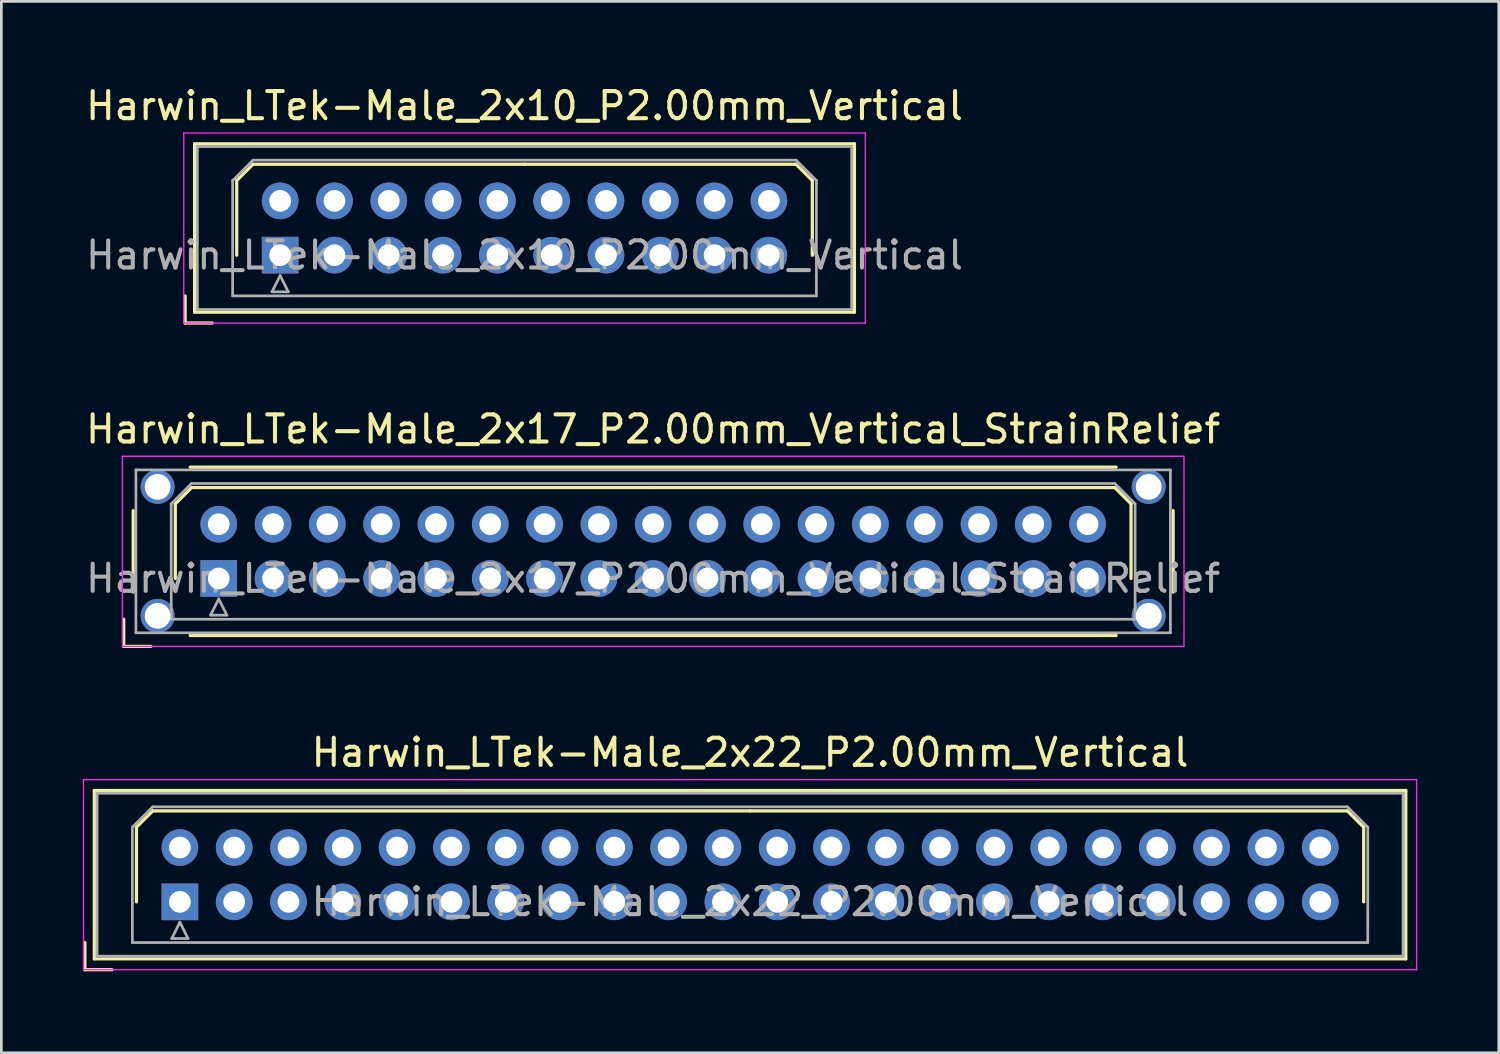
<source format=kicad_pcb>
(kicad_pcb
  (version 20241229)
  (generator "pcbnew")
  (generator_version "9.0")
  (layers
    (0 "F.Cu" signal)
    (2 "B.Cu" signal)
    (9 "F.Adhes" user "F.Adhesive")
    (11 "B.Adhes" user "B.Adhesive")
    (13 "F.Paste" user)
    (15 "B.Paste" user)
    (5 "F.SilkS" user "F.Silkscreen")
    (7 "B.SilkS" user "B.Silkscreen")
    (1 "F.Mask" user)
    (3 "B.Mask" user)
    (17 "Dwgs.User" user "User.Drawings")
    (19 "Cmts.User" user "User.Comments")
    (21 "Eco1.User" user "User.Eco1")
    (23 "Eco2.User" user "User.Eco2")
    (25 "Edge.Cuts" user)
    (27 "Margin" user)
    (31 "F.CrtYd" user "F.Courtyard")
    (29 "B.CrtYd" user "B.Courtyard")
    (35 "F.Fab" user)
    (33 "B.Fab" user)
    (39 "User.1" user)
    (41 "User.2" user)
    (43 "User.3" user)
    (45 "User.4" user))
  (footprint "Harwin_LTek-Male_2x17_P2.00mm_Vertical_StrainRelief"
    (layer "F.Cu")
    (at 5.006 18.256)
    (property "Reference" "Harwin_LTek-Male_2x17_P2.00mm_Vertical_StrainRelief" (at 16 -5.5 0) (layer "F.SilkS") (effects (font (size 1 1) (thickness 0.15))))
    (attr through_hole)
    (fp_line (start -3.5 1.5) (end -3.5 2.5) (stroke (width 0.12) (type solid)) (layer "F.SilkS"))
    (fp_line (start -3.5 2.5) (end -2.5 2.5) (stroke (width 0.12) (type solid)) (layer "F.SilkS"))
    (fp_line (start -3.15 -2.5) (end -3.15 0.5) (stroke (width 0.12) (type solid)) (layer "F.SilkS"))
    (fp_line (start -1.6 -2.75) (end -1 -3.35) (stroke (width 0.12) (type solid)) (layer "F.SilkS"))
    (fp_line (start -1.6 0) (end -1.6 -2.75) (stroke (width 0.12) (type solid)) (layer "F.SilkS"))
    (fp_line (start -1.05 -4.1) (end 33.05 -4.1) (stroke (width 0.12) (type solid)) (layer "F.SilkS"))
    (fp_line (start -1.05 2.1) (end 33.05 2.1) (stroke (width 0.12) (type solid)) (layer "F.SilkS"))
    (fp_line (start -1 -3.35) (end 16 -3.35) (stroke (width 0.12) (type solid)) (layer "F.SilkS"))
    (fp_line (start 33 -3.35) (end 16 -3.35) (stroke (width 0.12) (type solid)) (layer "F.SilkS"))
    (fp_line (start 33.6 -2.75) (end 33 -3.35) (stroke (width 0.12) (type solid)) (layer "F.SilkS"))
    (fp_line (start 33.6 0) (end 33.6 -2.75) (stroke (width 0.12) (type solid)) (layer "F.SilkS"))
    (fp_line (start 35.15 -2.5) (end 35.15 0.5) (stroke (width 0.12) (type solid)) (layer "F.SilkS"))
    (fp_line (start -3.55 -4.5) (end -3.55 2.5) (stroke (width 0.05) (type solid)) (layer "F.CrtYd"))
    (fp_line (start -3.55 2.5) (end 35.55 2.5) (stroke (width 0.05) (type solid)) (layer "F.CrtYd"))
    (fp_line (start 35.55 -4.5) (end -3.55 -4.5) (stroke (width 0.05) (type solid)) (layer "F.CrtYd"))
    (fp_line (start 35.55 2.5) (end 35.55 -4.5) (stroke (width 0.05) (type solid)) (layer "F.CrtYd"))
    (fp_line (start -3.05 -4) (end -3.05 2) (stroke (width 0.1) (type solid)) (layer "F.Fab"))
    (fp_line (start -3.05 2) (end 35.05 2) (stroke (width 0.1) (type solid)) (layer "F.Fab"))
    (fp_line (start -1.75 -2.75) (end -1 -3.5) (stroke (width 0.1) (type solid)) (layer "F.Fab"))
    (fp_line (start -1.75 1.5) (end -1.75 -2.75) (stroke (width 0.1) (type solid)) (layer "F.Fab"))
    (fp_line (start -1 -3.5) (end 33 -3.5) (stroke (width 0.1) (type solid)) (layer "F.Fab"))
    (fp_line (start -0.3 1.35) (end 0.3 1.35) (stroke (width 0.1) (type solid)) (layer "F.Fab"))
    (fp_line (start 0 0.75) (end -0.3 1.35) (stroke (width 0.1) (type solid)) (layer "F.Fab"))
    (fp_line (start 0.3 1.35) (end 0 0.75) (stroke (width 0.1) (type solid)) (layer "F.Fab"))
    (fp_line (start 33 -3.5) (end 33.75 -2.75) (stroke (width 0.1) (type solid)) (layer "F.Fab"))
    (fp_line (start 33.75 -2.75) (end 33.75 1.5) (stroke (width 0.1) (type solid)) (layer "F.Fab"))
    (fp_line (start 33.75 1.5) (end -1.75 1.5) (stroke (width 0.1) (type solid)) (layer "F.Fab"))
    (fp_line (start 35.05 -4) (end -3.05 -4) (stroke (width 0.1) (type solid)) (layer "F.Fab"))
    (fp_line (start 35.05 2) (end 35.05 -4) (stroke (width 0.1) (type solid)) (layer "F.Fab"))
    (fp_text user "${REFERENCE}" (at 16 0 0) (layer "F.Fab") (effects (font (size 1 1) (thickness 0.15))))
    (pad "" thru_hole circle (at -2.25 -3.375) (size 1.25 1.25) (drill 0.95) (layers "*.Cu" "*.Mask"))
    (pad "" thru_hole circle (at -2.25 1.375) (size 1.25 1.25) (drill 0.95) (layers "*.Cu" "*.Mask"))
    (pad "" thru_hole circle (at 34.25 -3.375) (size 1.25 1.25) (drill 0.95) (layers "*.Cu" "*.Mask"))
    (pad "" thru_hole circle (at 34.25 1.375) (size 1.25 1.25) (drill 0.95) (layers "*.Cu" "*.Mask"))
    (pad "1" thru_hole rect (at 0 0) (size 1.35 1.35) (drill 0.8) (layers "*.Cu" "*.Mask"))
    (pad "2" thru_hole circle (at 0 -2) (size 1.35 1.35) (drill 0.8) (layers "*.Cu" "*.Mask"))
    (pad "3" thru_hole circle (at 2 0) (size 1.35 1.35) (drill 0.8) (layers "*.Cu" "*.Mask"))
    (pad "4" thru_hole circle (at 2 -2) (size 1.35 1.35) (drill 0.8) (layers "*.Cu" "*.Mask"))
    (pad "5" thru_hole circle (at 4 0) (size 1.35 1.35) (drill 0.8) (layers "*.Cu" "*.Mask"))
    (pad "6" thru_hole circle (at 4 -2) (size 1.35 1.35) (drill 0.8) (layers "*.Cu" "*.Mask"))
    (pad "7" thru_hole circle (at 6 0) (size 1.35 1.35) (drill 0.8) (layers "*.Cu" "*.Mask"))
    (pad "8" thru_hole circle (at 6 -2) (size 1.35 1.35) (drill 0.8) (layers "*.Cu" "*.Mask"))
    (pad "9" thru_hole circle (at 8 0) (size 1.35 1.35) (drill 0.8) (layers "*.Cu" "*.Mask"))
    (pad "10" thru_hole circle (at 8 -2) (size 1.35 1.35) (drill 0.8) (layers "*.Cu" "*.Mask"))
    (pad "11" thru_hole circle (at 10 0) (size 1.35 1.35) (drill 0.8) (layers "*.Cu" "*.Mask"))
    (pad "12" thru_hole circle (at 10 -2) (size 1.35 1.35) (drill 0.8) (layers "*.Cu" "*.Mask"))
    (pad "13" thru_hole circle (at 12 0) (size 1.35 1.35) (drill 0.8) (layers "*.Cu" "*.Mask"))
    (pad "14" thru_hole circle (at 12 -2) (size 1.35 1.35) (drill 0.8) (layers "*.Cu" "*.Mask"))
    (pad "15" thru_hole circle (at 14 0) (size 1.35 1.35) (drill 0.8) (layers "*.Cu" "*.Mask"))
    (pad "16" thru_hole circle (at 14 -2) (size 1.35 1.35) (drill 0.8) (layers "*.Cu" "*.Mask"))
    (pad "17" thru_hole circle (at 16 0) (size 1.35 1.35) (drill 0.8) (layers "*.Cu" "*.Mask"))
    (pad "18" thru_hole circle (at 16 -2) (size 1.35 1.35) (drill 0.8) (layers "*.Cu" "*.Mask"))
    (pad "19" thru_hole circle (at 18 0) (size 1.35 1.35) (drill 0.8) (layers "*.Cu" "*.Mask"))
    (pad "20" thru_hole circle (at 18 -2) (size 1.35 1.35) (drill 0.8) (layers "*.Cu" "*.Mask"))
    (pad "21" thru_hole circle (at 20 0) (size 1.35 1.35) (drill 0.8) (layers "*.Cu" "*.Mask"))
    (pad "22" thru_hole circle (at 20 -2) (size 1.35 1.35) (drill 0.8) (layers "*.Cu" "*.Mask"))
    (pad "23" thru_hole circle (at 22 0) (size 1.35 1.35) (drill 0.8) (layers "*.Cu" "*.Mask"))
    (pad "24" thru_hole circle (at 22 -2) (size 1.35 1.35) (drill 0.8) (layers "*.Cu" "*.Mask"))
    (pad "25" thru_hole circle (at 24 0) (size 1.35 1.35) (drill 0.8) (layers "*.Cu" "*.Mask"))
    (pad "26" thru_hole circle (at 24 -2) (size 1.35 1.35) (drill 0.8) (layers "*.Cu" "*.Mask"))
    (pad "27" thru_hole circle (at 26 0) (size 1.35 1.35) (drill 0.8) (layers "*.Cu" "*.Mask"))
    (pad "28" thru_hole circle (at 26 -2) (size 1.35 1.35) (drill 0.8) (layers "*.Cu" "*.Mask"))
    (pad "29" thru_hole circle (at 28 0) (size 1.35 1.35) (drill 0.8) (layers "*.Cu" "*.Mask"))
    (pad "30" thru_hole circle (at 28 -2) (size 1.35 1.35) (drill 0.8) (layers "*.Cu" "*.Mask"))
    (pad "31" thru_hole circle (at 30 0) (size 1.35 1.35) (drill 0.8) (layers "*.Cu" "*.Mask"))
    (pad "32" thru_hole circle (at 30 -2) (size 1.35 1.35) (drill 0.8) (layers "*.Cu" "*.Mask"))
    (pad "33" thru_hole circle (at 32 0) (size 1.35 1.35) (drill 0.8) (layers "*.Cu" "*.Mask"))
    (pad "34" thru_hole circle (at 32 -2) (size 1.35 1.35) (drill 0.8) (layers "*.Cu" "*.Mask")))
  (footprint "Harwin_LTek-Male_2x10_P2.00mm_Vertical"
    (layer "F.Cu")
    (at 7.268 6.348)
    (property "Reference" "Harwin_LTek-Male_2x10_P2.00mm_Vertical" (at 9 -5.5 0) (layer "F.SilkS") (effects (font (size 1 1) (thickness 0.15))))
    (attr through_hole)
    (fp_line (start -3.5 1.5) (end -3.5 2.5) (stroke (width 0.12) (type solid)) (layer "F.SilkS"))
    (fp_line (start -3.5 2.5) (end -2.5 2.5) (stroke (width 0.12) (type solid)) (layer "F.SilkS"))
    (fp_line (start -3.15 -4.1) (end -3.15 2.1) (stroke (width 0.12) (type solid)) (layer "F.SilkS"))
    (fp_line (start -3.15 2.1) (end 21.15 2.1) (stroke (width 0.12) (type solid)) (layer "F.SilkS"))
    (fp_line (start -1.6 -2.75) (end -1 -3.35) (stroke (width 0.12) (type solid)) (layer "F.SilkS"))
    (fp_line (start -1.6 0) (end -1.6 -2.75) (stroke (width 0.12) (type solid)) (layer "F.SilkS"))
    (fp_line (start -1 -3.35) (end 9 -3.35) (stroke (width 0.12) (type solid)) (layer "F.SilkS"))
    (fp_line (start 19 -3.35) (end 9 -3.35) (stroke (width 0.12) (type solid)) (layer "F.SilkS"))
    (fp_line (start 19.6 -2.75) (end 19 -3.35) (stroke (width 0.12) (type solid)) (layer "F.SilkS"))
    (fp_line (start 19.6 0) (end 19.6 -2.75) (stroke (width 0.12) (type solid)) (layer "F.SilkS"))
    (fp_line (start 21.15 -4.1) (end -3.15 -4.1) (stroke (width 0.12) (type solid)) (layer "F.SilkS"))
    (fp_line (start 21.15 2.1) (end 21.15 -4.1) (stroke (width 0.12) (type solid)) (layer "F.SilkS"))
    (fp_line (start -3.55 -4.5) (end -3.55 2.5) (stroke (width 0.05) (type solid)) (layer "F.CrtYd"))
    (fp_line (start -3.55 2.5) (end 21.55 2.5) (stroke (width 0.05) (type solid)) (layer "F.CrtYd"))
    (fp_line (start 21.55 -4.5) (end -3.55 -4.5) (stroke (width 0.05) (type solid)) (layer "F.CrtYd"))
    (fp_line (start 21.55 2.5) (end 21.55 -4.5) (stroke (width 0.05) (type solid)) (layer "F.CrtYd"))
    (fp_line (start -3.05 -4) (end -3.05 2) (stroke (width 0.1) (type solid)) (layer "F.Fab"))
    (fp_line (start -3.05 2) (end 21.05 2) (stroke (width 0.1) (type solid)) (layer "F.Fab"))
    (fp_line (start -1.75 -2.75) (end -1 -3.5) (stroke (width 0.1) (type solid)) (layer "F.Fab"))
    (fp_line (start -1.75 1.5) (end -1.75 -2.75) (stroke (width 0.1) (type solid)) (layer "F.Fab"))
    (fp_line (start -1 -3.5) (end 19 -3.5) (stroke (width 0.1) (type solid)) (layer "F.Fab"))
    (fp_line (start -0.3 1.35) (end 0.3 1.35) (stroke (width 0.1) (type solid)) (layer "F.Fab"))
    (fp_line (start 0 0.75) (end -0.3 1.35) (stroke (width 0.1) (type solid)) (layer "F.Fab"))
    (fp_line (start 0.3 1.35) (end 0 0.75) (stroke (width 0.1) (type solid)) (layer "F.Fab"))
    (fp_line (start 19 -3.5) (end 19.75 -2.75) (stroke (width 0.1) (type solid)) (layer "F.Fab"))
    (fp_line (start 19.75 -2.75) (end 19.75 1.5) (stroke (width 0.1) (type solid)) (layer "F.Fab"))
    (fp_line (start 19.75 1.5) (end -1.75 1.5) (stroke (width 0.1) (type solid)) (layer "F.Fab"))
    (fp_line (start 21.05 -4) (end -3.05 -4) (stroke (width 0.1) (type solid)) (layer "F.Fab"))
    (fp_line (start 21.05 2) (end 21.05 -4) (stroke (width 0.1) (type solid)) (layer "F.Fab"))
    (fp_text user "${REFERENCE}" (at 9 0 0) (layer "F.Fab") (effects (font (size 1 1) (thickness 0.15))))
    (pad "1" thru_hole rect (at 0 0) (size 1.35 1.35) (drill 0.8) (layers "*.Cu" "*.Mask"))
    (pad "2" thru_hole circle (at 0 -2) (size 1.35 1.35) (drill 0.8) (layers "*.Cu" "*.Mask"))
    (pad "3" thru_hole circle (at 2 0) (size 1.35 1.35) (drill 0.8) (layers "*.Cu" "*.Mask"))
    (pad "4" thru_hole circle (at 2 -2) (size 1.35 1.35) (drill 0.8) (layers "*.Cu" "*.Mask"))
    (pad "5" thru_hole circle (at 4 0) (size 1.35 1.35) (drill 0.8) (layers "*.Cu" "*.Mask"))
    (pad "6" thru_hole circle (at 4 -2) (size 1.35 1.35) (drill 0.8) (layers "*.Cu" "*.Mask"))
    (pad "7" thru_hole circle (at 6 0) (size 1.35 1.35) (drill 0.8) (layers "*.Cu" "*.Mask"))
    (pad "8" thru_hole circle (at 6 -2) (size 1.35 1.35) (drill 0.8) (layers "*.Cu" "*.Mask"))
    (pad "9" thru_hole circle (at 8 0) (size 1.35 1.35) (drill 0.8) (layers "*.Cu" "*.Mask"))
    (pad "10" thru_hole circle (at 8 -2) (size 1.35 1.35) (drill 0.8) (layers "*.Cu" "*.Mask"))
    (pad "11" thru_hole circle (at 10 0) (size 1.35 1.35) (drill 0.8) (layers "*.Cu" "*.Mask"))
    (pad "12" thru_hole circle (at 10 -2) (size 1.35 1.35) (drill 0.8) (layers "*.Cu" "*.Mask"))
    (pad "13" thru_hole circle (at 12 0) (size 1.35 1.35) (drill 0.8) (layers "*.Cu" "*.Mask"))
    (pad "14" thru_hole circle (at 12 -2) (size 1.35 1.35) (drill 0.8) (layers "*.Cu" "*.Mask"))
    (pad "15" thru_hole circle (at 14 0) (size 1.35 1.35) (drill 0.8) (layers "*.Cu" "*.Mask"))
    (pad "16" thru_hole circle (at 14 -2) (size 1.35 1.35) (drill 0.8) (layers "*.Cu" "*.Mask"))
    (pad "17" thru_hole circle (at 16 0) (size 1.35 1.35) (drill 0.8) (layers "*.Cu" "*.Mask"))
    (pad "18" thru_hole circle (at 16 -2) (size 1.35 1.35) (drill 0.8) (layers "*.Cu" "*.Mask"))
    (pad "19" thru_hole circle (at 18 0) (size 1.35 1.35) (drill 0.8) (layers "*.Cu" "*.Mask"))
    (pad "20" thru_hole circle (at 18 -2) (size 1.35 1.35) (drill 0.8) (layers "*.Cu" "*.Mask")))
  (footprint "Harwin_LTek-Male_2x22_P2.00mm_Vertical"
    (layer "F.Cu")
    (at 3.575 30.165)
    (property "Reference" "Harwin_LTek-Male_2x22_P2.00mm_Vertical" (at 21 -5.5 0) (layer "F.SilkS") (effects (font (size 1 1) (thickness 0.15))))
    (attr through_hole)
    (fp_line (start -3.5 1.5) (end -3.5 2.5) (stroke (width 0.12) (type solid)) (layer "F.SilkS"))
    (fp_line (start -3.5 2.5) (end -2.5 2.5) (stroke (width 0.12) (type solid)) (layer "F.SilkS"))
    (fp_line (start -3.15 -4.1) (end -3.15 2.1) (stroke (width 0.12) (type solid)) (layer "F.SilkS"))
    (fp_line (start -3.15 2.1) (end 45.15 2.1) (stroke (width 0.12) (type solid)) (layer "F.SilkS"))
    (fp_line (start -1.6 -2.75) (end -1 -3.35) (stroke (width 0.12) (type solid)) (layer "F.SilkS"))
    (fp_line (start -1.6 0) (end -1.6 -2.75) (stroke (width 0.12) (type solid)) (layer "F.SilkS"))
    (fp_line (start -1 -3.35) (end 21 -3.35) (stroke (width 0.12) (type solid)) (layer "F.SilkS"))
    (fp_line (start 43 -3.35) (end 21 -3.35) (stroke (width 0.12) (type solid)) (layer "F.SilkS"))
    (fp_line (start 43.6 -2.75) (end 43 -3.35) (stroke (width 0.12) (type solid)) (layer "F.SilkS"))
    (fp_line (start 43.6 0) (end 43.6 -2.75) (stroke (width 0.12) (type solid)) (layer "F.SilkS"))
    (fp_line (start 45.15 -4.1) (end -3.15 -4.1) (stroke (width 0.12) (type solid)) (layer "F.SilkS"))
    (fp_line (start 45.15 2.1) (end 45.15 -4.1) (stroke (width 0.12) (type solid)) (layer "F.SilkS"))
    (fp_line (start -3.55 -4.5) (end -3.55 2.5) (stroke (width 0.05) (type solid)) (layer "F.CrtYd"))
    (fp_line (start -3.55 2.5) (end 45.55 2.5) (stroke (width 0.05) (type solid)) (layer "F.CrtYd"))
    (fp_line (start 45.55 -4.5) (end -3.55 -4.5) (stroke (width 0.05) (type solid)) (layer "F.CrtYd"))
    (fp_line (start 45.55 2.5) (end 45.55 -4.5) (stroke (width 0.05) (type solid)) (layer "F.CrtYd"))
    (fp_line (start -3.05 -4) (end -3.05 2) (stroke (width 0.1) (type solid)) (layer "F.Fab"))
    (fp_line (start -3.05 2) (end 45.05 2) (stroke (width 0.1) (type solid)) (layer "F.Fab"))
    (fp_line (start -1.75 -2.75) (end -1 -3.5) (stroke (width 0.1) (type solid)) (layer "F.Fab"))
    (fp_line (start -1.75 1.5) (end -1.75 -2.75) (stroke (width 0.1) (type solid)) (layer "F.Fab"))
    (fp_line (start -1 -3.5) (end 43 -3.5) (stroke (width 0.1) (type solid)) (layer "F.Fab"))
    (fp_line (start -0.3 1.35) (end 0.3 1.35) (stroke (width 0.1) (type solid)) (layer "F.Fab"))
    (fp_line (start 0 0.75) (end -0.3 1.35) (stroke (width 0.1) (type solid)) (layer "F.Fab"))
    (fp_line (start 0.3 1.35) (end 0 0.75) (stroke (width 0.1) (type solid)) (layer "F.Fab"))
    (fp_line (start 43 -3.5) (end 43.75 -2.75) (stroke (width 0.1) (type solid)) (layer "F.Fab"))
    (fp_line (start 43.75 -2.75) (end 43.75 1.5) (stroke (width 0.1) (type solid)) (layer "F.Fab"))
    (fp_line (start 43.75 1.5) (end -1.75 1.5) (stroke (width 0.1) (type solid)) (layer "F.Fab"))
    (fp_line (start 45.05 -4) (end -3.05 -4) (stroke (width 0.1) (type solid)) (layer "F.Fab"))
    (fp_line (start 45.05 2) (end 45.05 -4) (stroke (width 0.1) (type solid)) (layer "F.Fab"))
    (fp_text user "${REFERENCE}" (at 21 0 0) (layer "F.Fab") (effects (font (size 1 1) (thickness 0.15))))
    (pad "1" thru_hole rect (at 0 0) (size 1.35 1.35) (drill 0.8) (layers "*.Cu" "*.Mask"))
    (pad "2" thru_hole circle (at 0 -2) (size 1.35 1.35) (drill 0.8) (layers "*.Cu" "*.Mask"))
    (pad "3" thru_hole circle (at 2 0) (size 1.35 1.35) (drill 0.8) (layers "*.Cu" "*.Mask"))
    (pad "4" thru_hole circle (at 2 -2) (size 1.35 1.35) (drill 0.8) (layers "*.Cu" "*.Mask"))
    (pad "5" thru_hole circle (at 4 0) (size 1.35 1.35) (drill 0.8) (layers "*.Cu" "*.Mask"))
    (pad "6" thru_hole circle (at 4 -2) (size 1.35 1.35) (drill 0.8) (layers "*.Cu" "*.Mask"))
    (pad "7" thru_hole circle (at 6 0) (size 1.35 1.35) (drill 0.8) (layers "*.Cu" "*.Mask"))
    (pad "8" thru_hole circle (at 6 -2) (size 1.35 1.35) (drill 0.8) (layers "*.Cu" "*.Mask"))
    (pad "9" thru_hole circle (at 8 0) (size 1.35 1.35) (drill 0.8) (layers "*.Cu" "*.Mask"))
    (pad "10" thru_hole circle (at 8 -2) (size 1.35 1.35) (drill 0.8) (layers "*.Cu" "*.Mask"))
    (pad "11" thru_hole circle (at 10 0) (size 1.35 1.35) (drill 0.8) (layers "*.Cu" "*.Mask"))
    (pad "12" thru_hole circle (at 10 -2) (size 1.35 1.35) (drill 0.8) (layers "*.Cu" "*.Mask"))
    (pad "13" thru_hole circle (at 12 0) (size 1.35 1.35) (drill 0.8) (layers "*.Cu" "*.Mask"))
    (pad "14" thru_hole circle (at 12 -2) (size 1.35 1.35) (drill 0.8) (layers "*.Cu" "*.Mask"))
    (pad "15" thru_hole circle (at 14 0) (size 1.35 1.35) (drill 0.8) (layers "*.Cu" "*.Mask"))
    (pad "16" thru_hole circle (at 14 -2) (size 1.35 1.35) (drill 0.8) (layers "*.Cu" "*.Mask"))
    (pad "17" thru_hole circle (at 16 0) (size 1.35 1.35) (drill 0.8) (layers "*.Cu" "*.Mask"))
    (pad "18" thru_hole circle (at 16 -2) (size 1.35 1.35) (drill 0.8) (layers "*.Cu" "*.Mask"))
    (pad "19" thru_hole circle (at 18 0) (size 1.35 1.35) (drill 0.8) (layers "*.Cu" "*.Mask"))
    (pad "20" thru_hole circle (at 18 -2) (size 1.35 1.35) (drill 0.8) (layers "*.Cu" "*.Mask"))
    (pad "21" thru_hole circle (at 20 0) (size 1.35 1.35) (drill 0.8) (layers "*.Cu" "*.Mask"))
    (pad "22" thru_hole circle (at 20 -2) (size 1.35 1.35) (drill 0.8) (layers "*.Cu" "*.Mask"))
    (pad "23" thru_hole circle (at 22 0) (size 1.35 1.35) (drill 0.8) (layers "*.Cu" "*.Mask"))
    (pad "24" thru_hole circle (at 22 -2) (size 1.35 1.35) (drill 0.8) (layers "*.Cu" "*.Mask"))
    (pad "25" thru_hole circle (at 24 0) (size 1.35 1.35) (drill 0.8) (layers "*.Cu" "*.Mask"))
    (pad "26" thru_hole circle (at 24 -2) (size 1.35 1.35) (drill 0.8) (layers "*.Cu" "*.Mask"))
    (pad "27" thru_hole circle (at 26 0) (size 1.35 1.35) (drill 0.8) (layers "*.Cu" "*.Mask"))
    (pad "28" thru_hole circle (at 26 -2) (size 1.35 1.35) (drill 0.8) (layers "*.Cu" "*.Mask"))
    (pad "29" thru_hole circle (at 28 0) (size 1.35 1.35) (drill 0.8) (layers "*.Cu" "*.Mask"))
    (pad "30" thru_hole circle (at 28 -2) (size 1.35 1.35) (drill 0.8) (layers "*.Cu" "*.Mask"))
    (pad "31" thru_hole circle (at 30 0) (size 1.35 1.35) (drill 0.8) (layers "*.Cu" "*.Mask"))
    (pad "32" thru_hole circle (at 30 -2) (size 1.35 1.35) (drill 0.8) (layers "*.Cu" "*.Mask"))
    (pad "33" thru_hole circle (at 32 0) (size 1.35 1.35) (drill 0.8) (layers "*.Cu" "*.Mask"))
    (pad "34" thru_hole circle (at 32 -2) (size 1.35 1.35) (drill 0.8) (layers "*.Cu" "*.Mask"))
    (pad "35" thru_hole circle (at 34 0) (size 1.35 1.35) (drill 0.8) (layers "*.Cu" "*.Mask"))
    (pad "36" thru_hole circle (at 34 -2) (size 1.35 1.35) (drill 0.8) (layers "*.Cu" "*.Mask"))
    (pad "37" thru_hole circle (at 36 0) (size 1.35 1.35) (drill 0.8) (layers "*.Cu" "*.Mask"))
    (pad "38" thru_hole circle (at 36 -2) (size 1.35 1.35) (drill 0.8) (layers "*.Cu" "*.Mask"))
    (pad "39" thru_hole circle (at 38 0) (size 1.35 1.35) (drill 0.8) (layers "*.Cu" "*.Mask"))
    (pad "40" thru_hole circle (at 38 -2) (size 1.35 1.35) (drill 0.8) (layers "*.Cu" "*.Mask"))
    (pad "41" thru_hole circle (at 40 0) (size 1.35 1.35) (drill 0.8) (layers "*.Cu" "*.Mask"))
    (pad "42" thru_hole circle (at 40 -2) (size 1.35 1.35) (drill 0.8) (layers "*.Cu" "*.Mask"))
    (pad "43" thru_hole circle (at 42 0) (size 1.35 1.35) (drill 0.8) (layers "*.Cu" "*.Mask"))
    (pad "44" thru_hole circle (at 42 -2) (size 1.35 1.35) (drill 0.8) (layers "*.Cu" "*.Mask")))
  (gr_rect
    (start -3 -3)
    (end 52.15 35.725)
    (stroke (width 0.1) (type default))
    (fill no)
    (layer "Edge.Cuts")))
</source>
